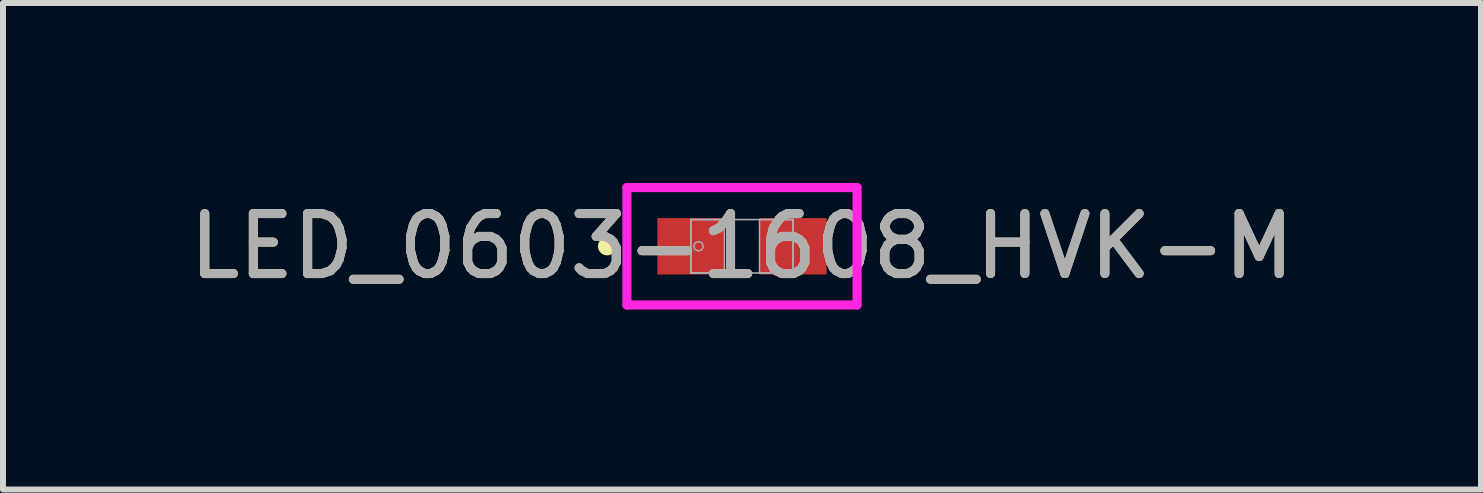
<source format=kicad_pcb>
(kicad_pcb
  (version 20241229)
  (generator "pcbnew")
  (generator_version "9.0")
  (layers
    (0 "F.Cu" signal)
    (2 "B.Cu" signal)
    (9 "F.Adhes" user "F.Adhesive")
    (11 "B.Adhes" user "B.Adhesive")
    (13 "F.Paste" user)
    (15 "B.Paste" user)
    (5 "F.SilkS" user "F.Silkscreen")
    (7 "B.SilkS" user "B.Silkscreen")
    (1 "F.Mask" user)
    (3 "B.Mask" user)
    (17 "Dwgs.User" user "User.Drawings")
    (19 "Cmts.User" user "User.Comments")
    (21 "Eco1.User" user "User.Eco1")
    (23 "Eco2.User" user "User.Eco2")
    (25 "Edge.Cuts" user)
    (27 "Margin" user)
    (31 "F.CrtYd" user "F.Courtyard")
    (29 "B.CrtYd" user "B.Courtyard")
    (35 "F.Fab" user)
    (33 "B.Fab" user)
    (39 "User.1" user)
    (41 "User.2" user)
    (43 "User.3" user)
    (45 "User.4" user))
  (footprint "LED_0603-1608_HVK-M"
    (layer "F.Cu")
    (at 9.315 1.054)
    (property "Reference" "LED_0603-1608_HVK-M" (at 0 0 0) (unlocked yes) (layer "F.SilkS") (effects (font (size 1 1) (thickness 0.15))))
    (attr smd)
    (fp_circle (center -2.248 0) (end -2.172 0) (stroke (width 0.152) (type solid)) (fill no) (layer "F.SilkS"))
    (fp_line (start -1.918 -0.978) (end 1.918 -0.978) (stroke (width 0.152) (type solid)) (layer "F.CrtYd"))
    (fp_line (start -1.918 0.978) (end -1.918 -0.978) (stroke (width 0.152) (type solid)) (layer "F.CrtYd"))
    (fp_line (start 1.918 -0.978) (end 1.918 0.978) (stroke (width 0.152) (type solid)) (layer "F.CrtYd"))
    (fp_line (start 1.918 0.978) (end -1.918 0.978) (stroke (width 0.152) (type solid)) (layer "F.CrtYd"))
    (fp_line (start -0.851 -0.445) (end -0.851 0.445) (stroke (width 0.025) (type solid)) (layer "F.Fab"))
    (fp_line (start -0.851 -0.445) (end -0.851 0.445) (stroke (width 0.025) (type solid)) (layer "F.Fab"))
    (fp_line (start -0.851 0.445) (end -0.292 0.445) (stroke (width 0.025) (type solid)) (layer "F.Fab"))
    (fp_line (start -0.851 0.445) (end 0.851 0.445) (stroke (width 0.025) (type solid)) (layer "F.Fab"))
    (fp_line (start -0.292 -0.445) (end -0.851 -0.445) (stroke (width 0.025) (type solid)) (layer "F.Fab"))
    (fp_line (start -0.292 0.445) (end -0.292 -0.445) (stroke (width 0.025) (type solid)) (layer "F.Fab"))
    (fp_line (start 0.292 -0.445) (end 0.292 0.445) (stroke (width 0.025) (type solid)) (layer "F.Fab"))
    (fp_line (start 0.292 0.445) (end 0.851 0.445) (stroke (width 0.025) (type solid)) (layer "F.Fab"))
    (fp_line (start 0.851 -0.445) (end -0.851 -0.445) (stroke (width 0.025) (type solid)) (layer "F.Fab"))
    (fp_line (start 0.851 -0.445) (end 0.292 -0.445) (stroke (width 0.025) (type solid)) (layer "F.Fab"))
    (fp_line (start 0.851 0.445) (end 0.851 -0.445) (stroke (width 0.025) (type solid)) (layer "F.Fab"))
    (fp_line (start 0.851 0.445) (end 0.851 -0.445) (stroke (width 0.025) (type solid)) (layer "F.Fab"))
    (fp_circle (center -0.724 0) (end -0.648 0) (stroke (width 0.025) (type solid)) (fill no) (layer "F.Fab"))
    (fp_text user "${REFERENCE}" (at 0 0 0) (unlocked yes) (layer "F.Fab") (effects (font (size 1 1) (thickness 0.15))))
    (pad "1" smd rect (at -0.851 0) (size 1.118 0.94) (layers "F.Cu" "F.Mask" "F.Paste"))
    (pad "2" smd rect (at 0.851 0) (size 1.118 0.94) (layers "F.Cu" "F.Mask" "F.Paste"))
    (zone (net_name "") (layer "F.Cu") (hatch full 0.508) (connect_pads) (min_thickness 0.254) (filled_areas_thickness no) (keepout (tracks not_allowed) (vias not_allowed) (pads allowed) (copperpour not_allowed) (footprints allowed)) (placement (enabled no)) (fill) (polygon (pts (xy 9.074 0.66) (xy 9.557 0.66) (xy 9.557 1.448) (xy 9.074 1.448)))))
  (gr_rect
    (start -3 -3)
    (end 21.631 5.108)
    (stroke (width 0.1) (type default))
    (fill no)
    (layer "Edge.Cuts")))
</source>
